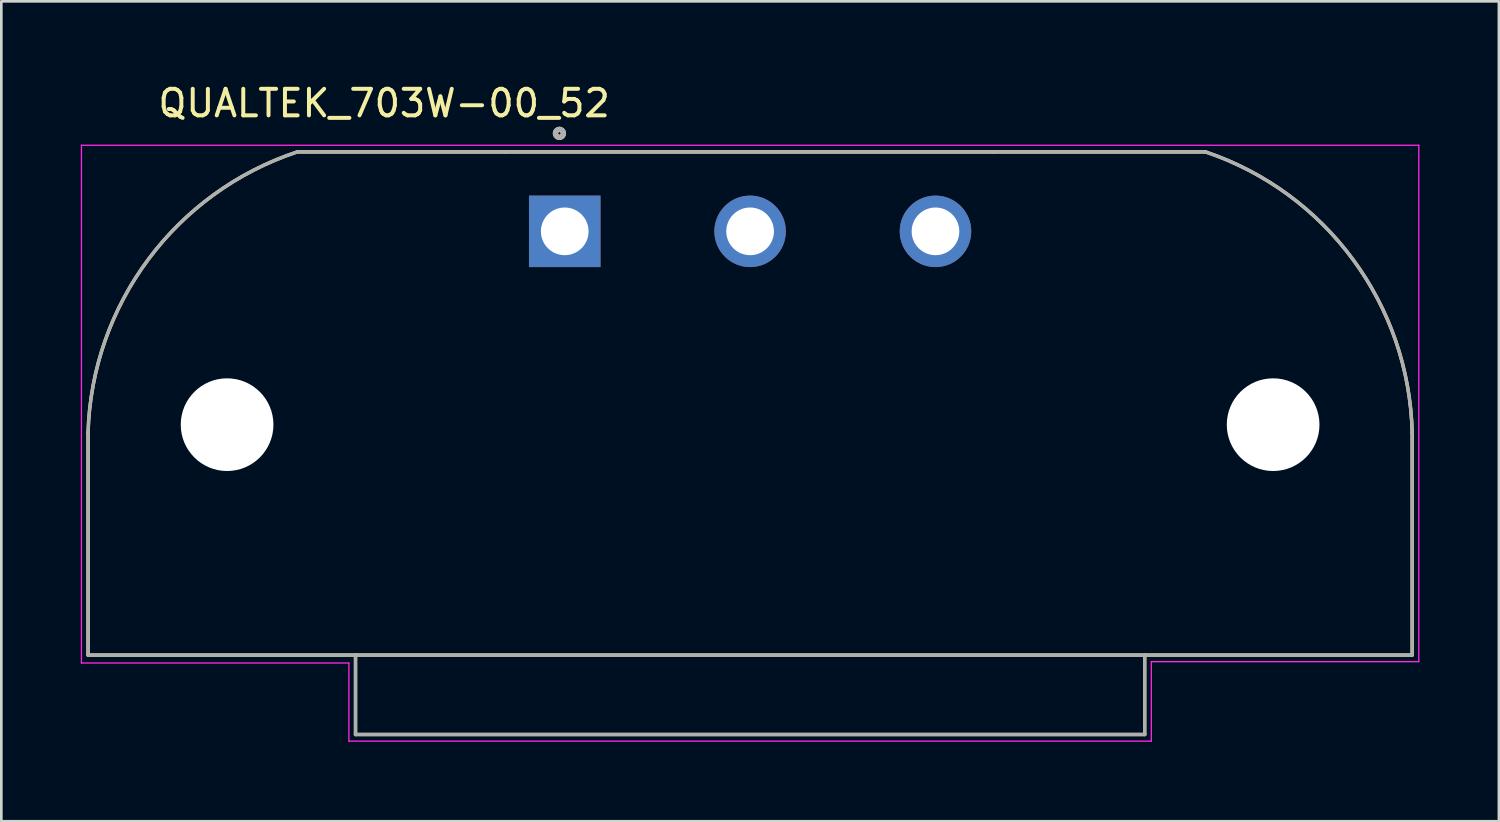
<source format=kicad_pcb>
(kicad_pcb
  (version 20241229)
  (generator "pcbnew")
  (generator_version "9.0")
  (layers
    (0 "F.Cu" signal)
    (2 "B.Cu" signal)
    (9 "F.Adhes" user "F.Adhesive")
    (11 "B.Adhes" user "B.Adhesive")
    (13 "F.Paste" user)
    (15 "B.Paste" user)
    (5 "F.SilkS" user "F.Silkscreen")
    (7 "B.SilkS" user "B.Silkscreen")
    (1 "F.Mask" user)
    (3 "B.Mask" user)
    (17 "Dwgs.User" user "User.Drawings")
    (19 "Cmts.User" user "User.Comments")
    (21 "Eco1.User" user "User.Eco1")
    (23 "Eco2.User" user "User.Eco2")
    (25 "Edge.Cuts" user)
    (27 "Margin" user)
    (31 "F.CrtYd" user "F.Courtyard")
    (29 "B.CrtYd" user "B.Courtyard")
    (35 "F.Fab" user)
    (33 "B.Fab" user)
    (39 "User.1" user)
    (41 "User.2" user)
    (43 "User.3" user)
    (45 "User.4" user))
  (footprint "QUALTEK_703W-00_52"
    (layer "F.Cu")
    (at 18.275 5.686)
    (property "Reference" "QUALTEK_703W-00_52" (at -6.819 -4.836 0) (layer "F.SilkS") (effects (font (size 1.002 1.002) (thickness 0.15))))
    (attr through_hole)
    (fp_line (start -18 16) (end -18 7.6) (stroke (width 0.127) (type solid)) (layer "F.SilkS"))
    (fp_line (start -10.1 -3) (end -2.2 -3) (stroke (width 0.127) (type solid)) (layer "F.SilkS"))
    (fp_line (start -7.9 16) (end -18 16) (stroke (width 0.127) (type solid)) (layer "F.SilkS"))
    (fp_line (start -7.9 19) (end -7.9 16) (stroke (width 0.127) (type solid)) (layer "F.SilkS"))
    (fp_line (start 16.2 -3) (end -2.2 -3) (stroke (width 0.127) (type solid)) (layer "F.SilkS"))
    (fp_line (start 21.9 16) (end -7.9 16) (stroke (width 0.127) (type solid)) (layer "F.SilkS"))
    (fp_line (start 21.9 19) (end -7.9 19) (stroke (width 0.127) (type solid)) (layer "F.SilkS"))
    (fp_line (start 21.9 19) (end 21.9 16) (stroke (width 0.127) (type solid)) (layer "F.SilkS"))
    (fp_line (start 24.2 -3) (end 16.2 -3) (stroke (width 0.127) (type solid)) (layer "F.SilkS"))
    (fp_line (start 32 16) (end 21.9 16) (stroke (width 0.127) (type solid)) (layer "F.SilkS"))
    (fp_line (start 32 16) (end 32 7.6) (stroke (width 0.127) (type solid)) (layer "F.SilkS"))
    (fp_arc (start -18.000001 7.6) (mid -15.721084 1.054569) (end -10.1 -3) (stroke (width 0.127) (type solid)) (layer "F.SilkS"))
    (fp_arc (start 24.2 -3) (mid 29.771083 1.070334) (end 32 7.599999) (stroke (width 0.127) (type solid)) (layer "F.SilkS"))
    (fp_circle (center -0.2 -3.7) (end -0.05 -3.7) (stroke (width 0.2) (type solid)) (fill no) (layer "F.SilkS"))
    (fp_line (start -18.25 -3.25) (end 32.25 -3.25) (stroke (width 0.05) (type solid)) (layer "F.CrtYd"))
    (fp_line (start -18.25 16.3) (end -18.25 -3.25) (stroke (width 0.05) (type solid)) (layer "F.CrtYd"))
    (fp_line (start -8.15 16.3) (end -18.25 16.3) (stroke (width 0.05) (type solid)) (layer "F.CrtYd"))
    (fp_line (start -8.15 19.25) (end -8.15 16.3) (stroke (width 0.05) (type solid)) (layer "F.CrtYd"))
    (fp_line (start 22.15 16.25) (end 22.15 19.25) (stroke (width 0.05) (type solid)) (layer "F.CrtYd"))
    (fp_line (start 22.15 19.25) (end -8.15 19.25) (stroke (width 0.05) (type solid)) (layer "F.CrtYd"))
    (fp_line (start 32.25 -3.25) (end 32.25 16.25) (stroke (width 0.05) (type solid)) (layer "F.CrtYd"))
    (fp_line (start 32.25 16.25) (end 22.15 16.25) (stroke (width 0.05) (type solid)) (layer "F.CrtYd"))
    (fp_line (start -18 16) (end -18 7.6) (stroke (width 0.127) (type solid)) (layer "F.Fab"))
    (fp_line (start -10.1 -3) (end -2.2 -3) (stroke (width 0.127) (type solid)) (layer "F.Fab"))
    (fp_line (start -7.9 16) (end -18 16) (stroke (width 0.127) (type solid)) (layer "F.Fab"))
    (fp_line (start -7.9 19) (end -7.9 16) (stroke (width 0.127) (type solid)) (layer "F.Fab"))
    (fp_line (start 16.2 -3) (end -2.2 -3) (stroke (width 0.127) (type solid)) (layer "F.Fab"))
    (fp_line (start 21.9 16) (end -7.9 16) (stroke (width 0.127) (type solid)) (layer "F.Fab"))
    (fp_line (start 21.9 19) (end -7.9 19) (stroke (width 0.127) (type solid)) (layer "F.Fab"))
    (fp_line (start 21.9 19) (end 21.9 16) (stroke (width 0.127) (type solid)) (layer "F.Fab"))
    (fp_line (start 24.2 -3) (end 16.2 -3) (stroke (width 0.127) (type solid)) (layer "F.Fab"))
    (fp_line (start 32 16) (end 21.9 16) (stroke (width 0.127) (type solid)) (layer "F.Fab"))
    (fp_line (start 32 16) (end 32 7.6) (stroke (width 0.127) (type solid)) (layer "F.Fab"))
    (fp_arc (start -18.000001 7.6) (mid -15.721084 1.054569) (end -10.1 -3) (stroke (width 0.127) (type solid)) (layer "F.Fab"))
    (fp_arc (start 24.2 -3) (mid 29.771083 1.070334) (end 32 7.599999) (stroke (width 0.127) (type solid)) (layer "F.Fab"))
    (fp_circle (center -0.2 -3.7) (end -0.05 -3.7) (stroke (width 0.2) (type solid)) (fill no) (layer "F.Fab"))
    (pad "" np_thru_hole circle (at -12.75 7.3) (size 3.5 3.5) (drill 3.5) (layers "*.Cu" "*.Mask"))
    (pad "" np_thru_hole circle (at 26.75 7.3) (size 3.5 3.5) (drill 3.5) (layers "*.Cu" "*.Mask"))
    (pad "1" thru_hole rect (at 0 0) (size 2.7 2.7) (drill 1.8) (layers "*.Cu" "*.Mask"))
    (pad "2" thru_hole circle (at 7 0) (size 2.7 2.7) (drill 1.8) (layers "*.Cu" "*.Mask"))
    (pad "3" thru_hole circle (at 14 0) (size 2.7 2.7) (drill 1.8) (layers "*.Cu" "*.Mask")))
  (gr_rect
    (start -3 -3)
    (end 53.55 27.961)
    (stroke (width 0.1) (type default))
    (fill no)
    (layer "Edge.Cuts")))
</source>
